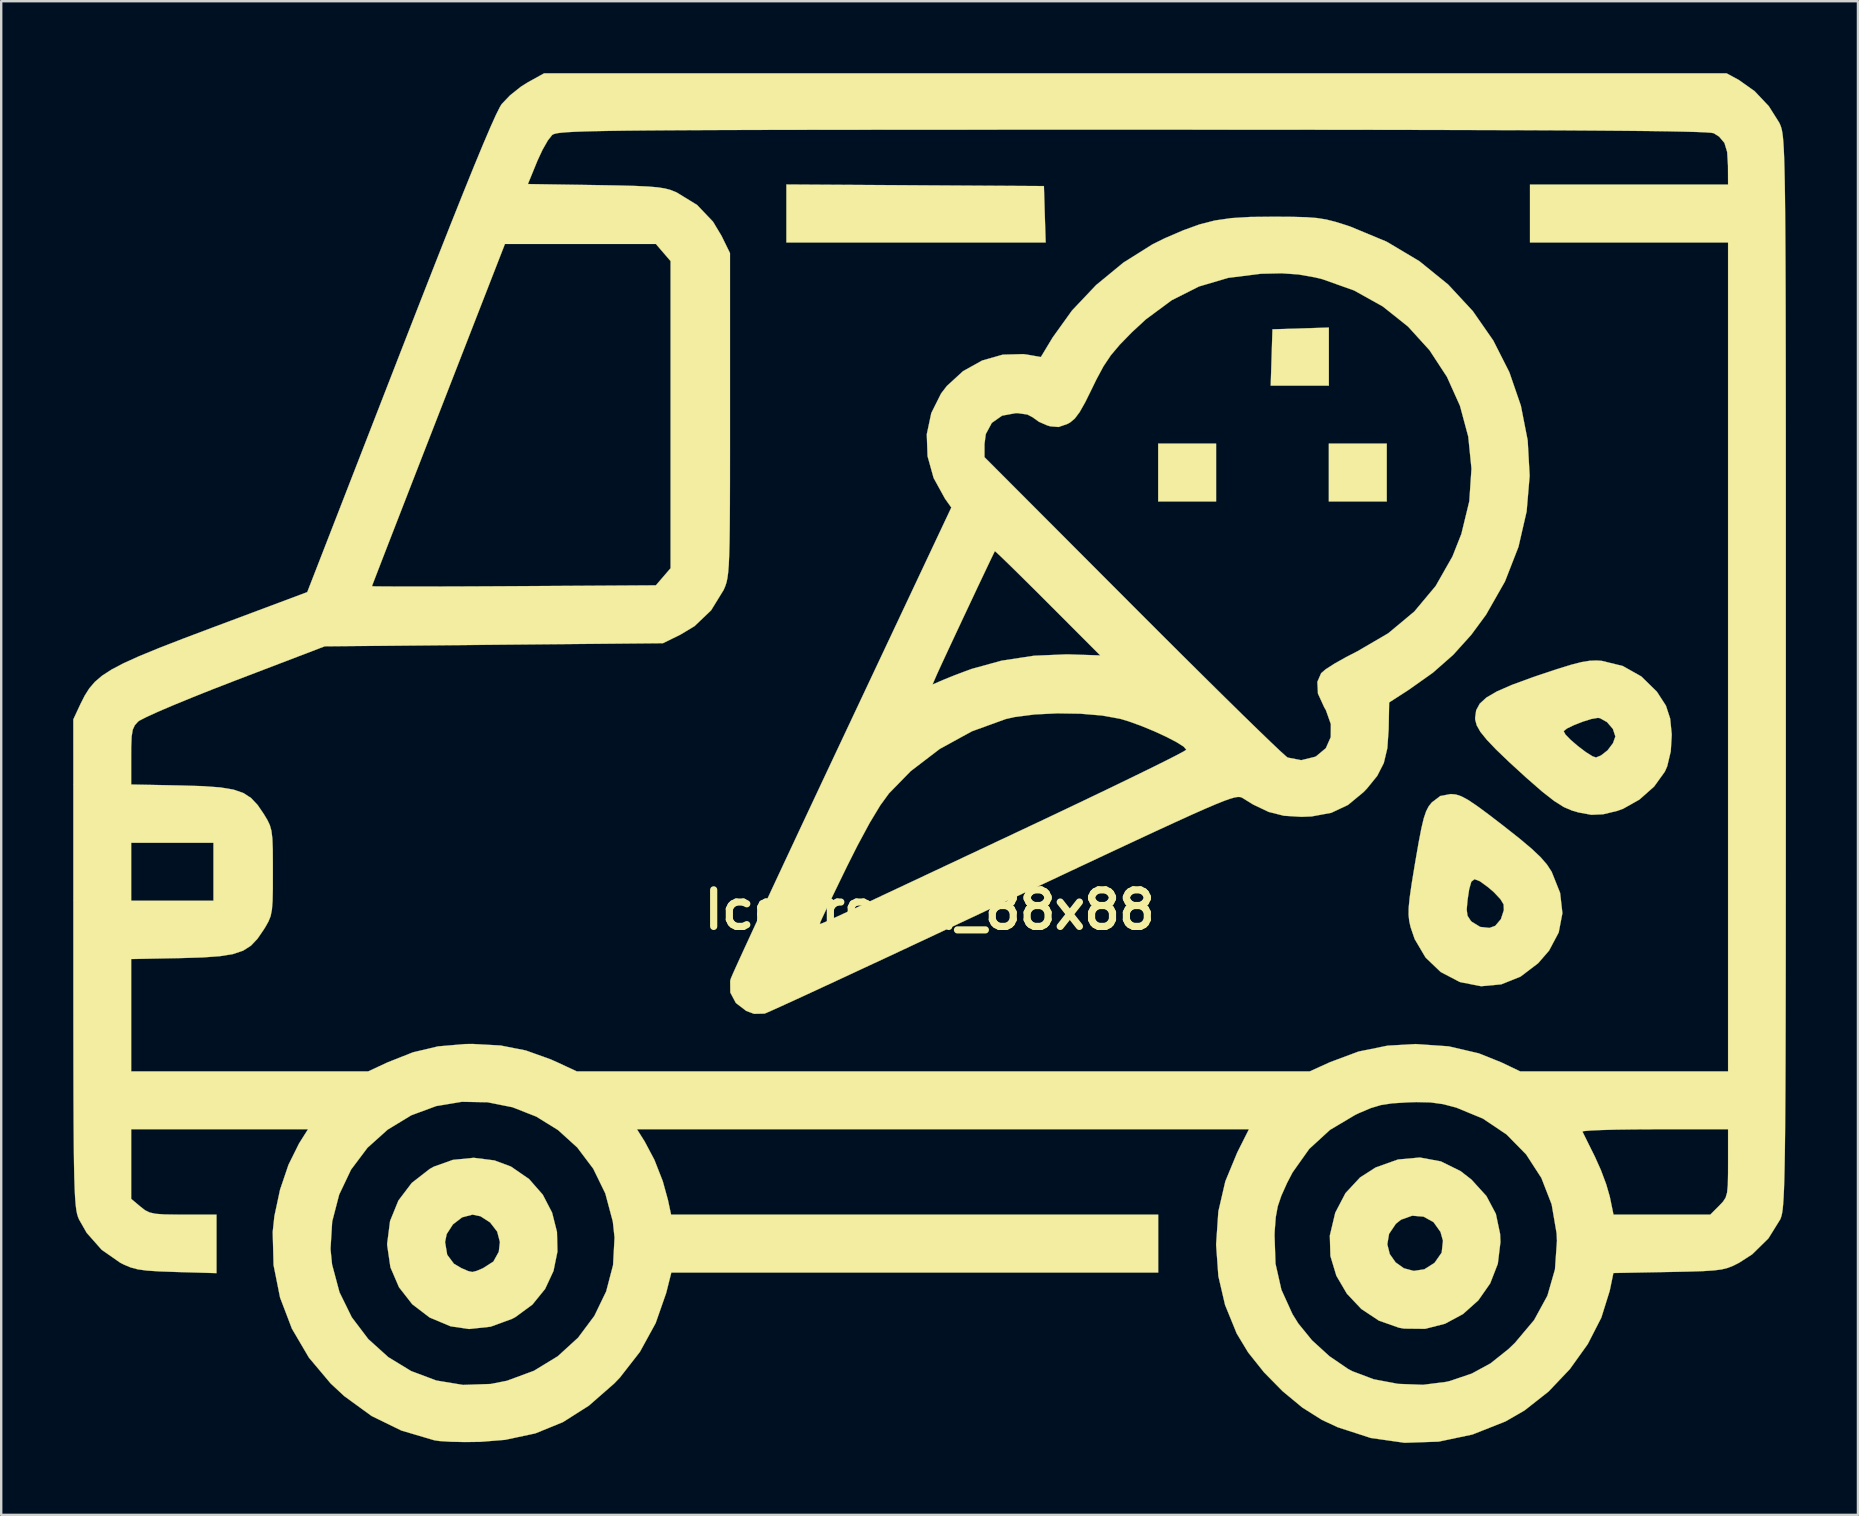
<source format=kicad_pcb>
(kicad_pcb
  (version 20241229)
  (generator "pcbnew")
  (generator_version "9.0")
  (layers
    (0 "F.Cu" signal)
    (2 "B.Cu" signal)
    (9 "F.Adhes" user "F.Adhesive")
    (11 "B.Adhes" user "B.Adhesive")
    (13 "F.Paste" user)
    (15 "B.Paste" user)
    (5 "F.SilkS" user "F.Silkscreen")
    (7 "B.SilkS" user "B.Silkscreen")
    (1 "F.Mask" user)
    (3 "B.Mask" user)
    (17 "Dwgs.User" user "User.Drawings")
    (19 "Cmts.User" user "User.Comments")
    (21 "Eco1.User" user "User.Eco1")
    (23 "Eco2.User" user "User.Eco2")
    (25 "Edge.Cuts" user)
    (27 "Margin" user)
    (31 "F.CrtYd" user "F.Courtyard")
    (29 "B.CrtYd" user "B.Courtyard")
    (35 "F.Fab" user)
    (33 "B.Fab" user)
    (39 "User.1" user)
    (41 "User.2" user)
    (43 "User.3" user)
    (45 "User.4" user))
  (footprint "IceCream_88x88"
    (layer "F.Cu")
    (at 35.69 34.867)
    (property "Reference" "IceCream_88x88" (at 0 0 0) (layer "F.SilkS") (effects (font (size 1.524 1.524) (thickness 0.3))))
    (attr through_hole)
    (fp_poly (pts (xy 11.938 -17.018) (xy 9.525 -17.018) (xy 9.525 -19.431) (xy 11.938 -19.431) (xy 11.938 -17.018)) (stroke (width 0.01) (type solid)) (fill yes) (layer "F.SilkS"))
    (fp_poly (pts (xy 16.637 -21.844) (xy 14.214 -21.844) (xy 14.287 -24.194) (xy 16.637 -24.267) (xy 16.637 -21.844)) (stroke (width 0.01) (type solid)) (fill yes) (layer "F.SilkS"))
    (fp_poly (pts (xy 19.05 -17.018) (xy 16.637 -17.018) (xy 16.637 -19.431) (xy 19.05 -19.431) (xy 19.05 -17.018)) (stroke (width 0.01) (type solid)) (fill yes) (layer "F.SilkS"))
    (fp_poly (pts (xy -0.603 -30.196) (xy 4.763 -30.163) (xy 4.799 -28.988) (xy 4.836 -27.813) (xy -5.969 -27.813) (xy -5.969 -30.229) (xy -0.603 -30.196)) (stroke (width 0.01) (type solid)) (fill yes) (layer "F.SilkS"))
    (fp_poly (pts (xy 21.306 10.482) (xy 22.128 10.888) (xy 22.577 11.237) (xy 23.204 11.926) (xy 23.597 12.668) (xy 23.774 13.506) (xy 23.788 13.843) (xy 23.679 14.746) (xy 23.361 15.565) (xy 22.866 16.273) (xy 22.228 16.843) (xy 21.478 17.247) (xy 20.649 17.459) (xy 19.773 17.45) (xy 19.558 17.412) (xy 18.723 17.118) (xy 17.99 16.632) (xy 17.388 15.994) (xy 16.949 15.245) (xy 16.702 14.426) (xy 16.688 13.937) (xy 19.073 13.937) (xy 19.176 14.345) (xy 19.419 14.69) (xy 19.764 14.936) (xy 20.175 15.045) (xy 20.615 14.979) (xy 21.04 14.711) (xy 21.339 14.283) (xy 21.393 13.791) (xy 21.29 13.421) (xy 20.999 13.013) (xy 20.584 12.784) (xy 20.111 12.745) (xy 19.648 12.909) (xy 19.431 13.081) (xy 19.146 13.503) (xy 19.073 13.937) (xy 16.688 13.937) (xy 16.678 13.577) (xy 16.679 13.568) (xy 16.904 12.62) (xy 17.329 11.806) (xy 17.939 11.15) (xy 18.587 10.735) (xy 19.517 10.403) (xy 20.43 10.32) (xy 21.306 10.482)) (stroke (width 0.01) (type solid)) (fill yes) (layer "F.SilkS"))
    (fp_poly (pts (xy -18.134 10.441) (xy -17.445 10.698) (xy -16.691 11.218) (xy -16.12 11.87) (xy -15.733 12.616) (xy -15.529 13.42) (xy -15.51 14.242) (xy -15.674 15.047) (xy -16.023 15.796) (xy -16.556 16.452) (xy -17.274 16.977) (xy -17.403 17.044) (xy -18.294 17.37) (xy -19.193 17.467) (xy -19.964 17.354) (xy -20.836 16.988) (xy -21.56 16.435) (xy -22.113 15.726) (xy -22.47 14.895) (xy -22.605 13.974) (xy -22.606 13.91) (xy -22.597 13.842) (xy -20.193 13.842) (xy -20.104 14.372) (xy -19.825 14.746) (xy -19.516 14.928) (xy -19.23 15.052) (xy -19.058 15.091) (xy -18.878 15.045) (xy -18.612 14.933) (xy -18.179 14.655) (xy -17.954 14.249) (xy -17.907 13.842) (xy -18.021 13.408) (xy -18.316 13.026) (xy -18.717 12.768) (xy -19.05 12.7) (xy -19.484 12.814) (xy -19.866 13.108) (xy -20.125 13.509) (xy -20.193 13.842) (xy -22.597 13.842) (xy -22.485 12.967) (xy -22.137 12.112) (xy -21.58 11.378) (xy -20.833 10.797) (xy -20.655 10.698) (xy -19.866 10.418) (xy -18.997 10.332) (xy -18.134 10.441)) (stroke (width 0.01) (type solid)) (fill yes) (layer "F.SilkS"))
    (fp_poly (pts (xy 21.934 -4.807) (xy 22.156 -4.734) (xy 22.432 -4.587) (xy 22.798 -4.342) (xy 23.291 -3.979) (xy 23.898 -3.513) (xy 24.585 -2.971) (xy 25.096 -2.541) (xy 25.465 -2.191) (xy 25.726 -1.889) (xy 25.912 -1.604) (xy 25.927 -1.576) (xy 26.274 -0.707) (xy 26.37 0.136) (xy 26.216 0.941) (xy 25.813 1.7) (xy 25.357 2.225) (xy 24.624 2.782) (xy 23.824 3.103) (xy 22.983 3.182) (xy 22.125 3.014) (xy 22.083 3) (xy 21.298 2.59) (xy 20.668 1.988) (xy 20.213 1.217) (xy 20.044 0.721) (xy 19.987 0.468) (xy 19.96 0.209) (xy 19.963 -0.011) (xy 22.381 -0.011) (xy 22.417 0.248) (xy 22.545 0.445) (xy 22.596 0.498) (xy 22.944 0.71) (xy 23.33 0.752) (xy 23.571 0.665) (xy 23.807 0.386) (xy 23.93 0.01) (xy 23.92 -0.227) (xy 23.785 -0.449) (xy 23.51 -0.741) (xy 23.267 -0.949) (xy 22.927 -1.196) (xy 22.709 -1.279) (xy 22.574 -1.175) (xy 22.485 -0.86) (xy 22.419 -0.423) (xy 22.381 -0.011) (xy 19.963 -0.011) (xy 19.965 -0.103) (xy 20.006 -0.515) (xy 20.086 -1.074) (xy 20.209 -1.826) (xy 20.24 -2.01) (xy 20.379 -2.809) (xy 20.493 -3.399) (xy 20.593 -3.819) (xy 20.692 -4.111) (xy 20.799 -4.317) (xy 20.927 -4.477) (xy 21.282 -4.746) (xy 21.714 -4.826) (xy 21.731 -4.826) (xy 21.934 -4.807)) (stroke (width 0.01) (type solid)) (fill yes) (layer "F.SilkS"))
    (fp_poly (pts (xy 28.009 -10.377) (xy 28.881 -10.164) (xy 29.659 -9.727) (xy 30.308 -9.091) (xy 30.685 -8.509) (xy 30.861 -7.97) (xy 30.927 -7.303) (xy 30.886 -6.608) (xy 30.738 -5.985) (xy 30.639 -5.76) (xy 30.192 -5.139) (xy 29.581 -4.598) (xy 28.895 -4.211) (xy 28.653 -4.125) (xy 28.069 -3.984) (xy 27.576 -3.962) (xy 27.043 -4.06) (xy 26.773 -4.138) (xy 26.43 -4.284) (xy 26.027 -4.538) (xy 25.529 -4.927) (xy 24.899 -5.477) (xy 24.868 -5.504) (xy 24.148 -6.163) (xy 23.603 -6.686) (xy 23.211 -7.098) (xy 22.95 -7.423) (xy 22.937 -7.447) (xy 26.422 -7.447) (xy 26.496 -7.308) (xy 26.717 -7.082) (xy 27.021 -6.821) (xy 27.344 -6.577) (xy 27.62 -6.403) (xy 27.769 -6.35) (xy 27.977 -6.434) (xy 28.239 -6.638) (xy 28.263 -6.662) (xy 28.478 -6.948) (xy 28.575 -7.219) (xy 28.575 -7.233) (xy 28.474 -7.54) (xy 28.23 -7.824) (xy 27.936 -7.989) (xy 27.845 -8.001) (xy 27.585 -7.957) (xy 27.229 -7.847) (xy 26.861 -7.704) (xy 26.564 -7.561) (xy 26.424 -7.451) (xy 26.422 -7.447) (xy 22.937 -7.447) (xy 22.8 -7.688) (xy 22.738 -7.917) (xy 22.733 -8.003) (xy 22.776 -8.317) (xy 22.924 -8.592) (xy 23.203 -8.848) (xy 23.64 -9.103) (xy 24.262 -9.375) (xy 25.097 -9.681) (xy 25.39 -9.782) (xy 26.157 -10.037) (xy 26.734 -10.215) (xy 27.168 -10.326) (xy 27.506 -10.381) (xy 27.797 -10.392) (xy 28.009 -10.377)) (stroke (width 0.01) (type solid)) (fill yes) (layer "F.SilkS"))
    (fp_poly (pts (xy 14.351 -28.886) (xy 15.118 -28.881) (xy 15.694 -28.865) (xy 16.142 -28.831) (xy 16.526 -28.77) (xy 16.908 -28.674) (xy 17.352 -28.535) (xy 17.526 -28.477) (xy 19.047 -27.845) (xy 20.409 -27.033) (xy 21.608 -26.061) (xy 22.637 -24.952) (xy 23.489 -23.727) (xy 24.159 -22.406) (xy 24.639 -21.012) (xy 24.923 -19.566) (xy 25.005 -18.089) (xy 24.879 -16.602) (xy 24.539 -15.128) (xy 23.977 -13.686) (xy 23.188 -12.3) (xy 22.573 -11.465) (xy 21.819 -10.628) (xy 20.975 -9.886) (xy 19.963 -9.169) (xy 19.95 -9.161) (xy 19.15 -8.644) (xy 19.129 -7.529) (xy 19.075 -6.741) (xy 18.927 -6.119) (xy 18.652 -5.582) (xy 18.219 -5.049) (xy 18.078 -4.904) (xy 17.436 -4.373) (xy 16.738 -4.045) (xy 15.919 -3.894) (xy 15.494 -3.877) (xy 14.766 -3.922) (xy 14.127 -4.083) (xy 13.479 -4.392) (xy 13.074 -4.642) (xy 13.013 -4.679) (xy 12.942 -4.702) (xy 12.846 -4.706) (xy 12.711 -4.685) (xy 12.522 -4.631) (xy 12.263 -4.539) (xy 11.92 -4.401) (xy 11.477 -4.212) (xy 10.92 -3.965) (xy 10.234 -3.653) (xy 9.403 -3.27) (xy 8.413 -2.809) (xy 7.248 -2.264) (xy 5.895 -1.629) (xy 4.337 -0.896) (xy 3.104 -0.316) (xy 1.628 0.378) (xy 0.213 1.042) (xy -1.123 1.668) (xy -2.364 2.247) (xy -3.491 2.772) (xy -4.487 3.234) (xy -5.334 3.626) (xy -6.015 3.938) (xy -6.512 4.164) (xy -6.807 4.294) (xy -6.881 4.323) (xy -7.317 4.332) (xy -7.642 4.211) (xy -8.075 3.88) (xy -8.306 3.446) (xy -8.311 2.958) (xy -8.287 2.871) (xy -8.215 2.698) (xy -8.042 2.312) (xy -7.777 1.733) (xy -7.428 0.977) (xy -7.241 0.572) (xy -4.575 0.572) (xy -4.573 0.583) (xy -4.551 0.582) (xy -4.494 0.564) (xy -4.386 0.52) (xy -4.212 0.443) (xy -3.957 0.328) (xy -3.605 0.165) (xy -3.14 -0.051) (xy -2.547 -0.328) (xy -1.812 -0.673) (xy -0.918 -1.093) (xy 0.15 -1.595) (xy 1.407 -2.186) (xy 2.869 -2.874) (xy 3.917 -3.367) (xy 5.142 -3.945) (xy 6.296 -4.494) (xy 7.359 -5.003) (xy 8.31 -5.463) (xy 9.13 -5.863) (xy 9.799 -6.194) (xy 10.296 -6.447) (xy 10.601 -6.611) (xy 10.696 -6.675) (xy 10.588 -6.801) (xy 10.293 -6.988) (xy 9.863 -7.212) (xy 9.35 -7.448) (xy 8.806 -7.672) (xy 8.284 -7.86) (xy 7.938 -7.963) (xy 7.185 -8.099) (xy 6.283 -8.175) (xy 5.318 -8.19) (xy 4.379 -8.144) (xy 3.551 -8.038) (xy 3.175 -7.954) (xy 1.759 -7.44) (xy 0.422 -6.707) (xy -0.787 -5.783) (xy -1.694 -4.854) (xy -2.058 -4.354) (xy -2.499 -3.623) (xy -3.011 -2.672) (xy -3.441 -1.817) (xy -3.783 -1.114) (xy -4.084 -0.491) (xy -4.327 0.017) (xy -4.494 0.375) (xy -4.569 0.548) (xy -4.572 0.558) (xy -4.575 0.572) (xy -7.241 0.572) (xy -7.004 0.062) (xy -6.513 -0.994) (xy -5.962 -2.173) (xy -5.361 -3.457) (xy -4.717 -4.83) (xy -4.039 -6.272) (xy -3.628 -7.145) (xy -2.57 -9.392) (xy 0.121 -9.392) (xy 0.6 -9.598) (xy 1.007 -9.763) (xy 1.505 -9.951) (xy 1.764 -10.045) (xy 2.999 -10.385) (xy 4.35 -10.591) (xy 5.704 -10.648) (xy 5.845 -10.645) (xy 7.11 -10.604) (xy 4.926 -12.791) (xy 4.321 -13.395) (xy 3.778 -13.933) (xy 3.322 -14.381) (xy 2.978 -14.714) (xy 2.771 -14.909) (xy 2.719 -14.95) (xy 2.658 -14.829) (xy 2.509 -14.519) (xy 2.29 -14.058) (xy 2.02 -13.489) (xy 1.719 -12.849) (xy 1.404 -12.18) (xy 1.096 -11.522) (xy 0.812 -10.915) (xy 0.572 -10.399) (xy 0.395 -10.015) (xy 0.301 -9.808) (xy 0.121 -9.392) (xy -2.57 -9.392) (xy 0.904 -16.767) (xy 0.641 -17.137) (xy 0.167 -17.997) (xy -0.086 -18.905) (xy -0.104 -19.412) (xy 2.286 -19.412) (xy 2.286 -18.866) (xy 8.477 -12.661) (xy 9.52 -11.617) (xy 10.515 -10.626) (xy 11.447 -9.702) (xy 12.3 -8.859) (xy 13.06 -8.113) (xy 13.712 -7.479) (xy 14.239 -6.971) (xy 14.627 -6.604) (xy 14.861 -6.393) (xy 14.922 -6.347) (xy 15.487 -6.238) (xy 16.056 -6.377) (xy 16.111 -6.404) (xy 16.511 -6.738) (xy 16.716 -7.199) (xy 16.72 -7.742) (xy 16.514 -8.323) (xy 16.443 -8.445) (xy 16.183 -9.013) (xy 16.158 -9.502) (xy 16.315 -9.862) (xy 16.501 -10.023) (xy 16.863 -10.256) (xy 17.347 -10.529) (xy 17.824 -10.774) (xy 19.113 -11.527) (xy 20.199 -12.433) (xy 21.089 -13.497) (xy 21.788 -14.727) (xy 22.159 -15.665) (xy 22.49 -17.027) (xy 22.581 -18.387) (xy 22.447 -19.721) (xy 22.102 -21.004) (xy 21.559 -22.212) (xy 20.833 -23.322) (xy 19.937 -24.308) (xy 18.885 -25.146) (xy 17.691 -25.812) (xy 16.368 -26.283) (xy 16.05 -26.36) (xy 15.368 -26.48) (xy 14.674 -26.528) (xy 13.855 -26.51) (xy 13.791 -26.507) (xy 12.442 -26.338) (xy 11.221 -25.977) (xy 10.089 -25.406) (xy 9.01 -24.608) (xy 8.429 -24.071) (xy 7.924 -23.553) (xy 7.551 -23.111) (xy 7.246 -22.655) (xy 6.947 -22.098) (xy 6.778 -21.75) (xy 6.482 -21.151) (xy 6.25 -20.741) (xy 6.051 -20.476) (xy 5.852 -20.31) (xy 5.742 -20.25) (xy 5.375 -20.123) (xy 5.029 -20.151) (xy 4.895 -20.191) (xy 4.559 -20.338) (xy 4.324 -20.505) (xy 4.313 -20.517) (xy 4.076 -20.642) (xy 3.674 -20.7) (xy 3.594 -20.701) (xy 3.019 -20.595) (xy 2.592 -20.295) (xy 2.341 -19.829) (xy 2.286 -19.412) (xy -0.104 -19.412) (xy -0.118 -19.821) (xy 0.07 -20.706) (xy 0.478 -21.519) (xy 0.716 -21.83) (xy 1.394 -22.451) (xy 2.189 -22.893) (xy 3.046 -23.137) (xy 3.908 -23.16) (xy 4.086 -23.135) (xy 4.636 -23.039) (xy 5.127 -23.853) (xy 5.935 -24.979) (xy 6.937 -26.037) (xy 8.075 -26.973) (xy 9.287 -27.735) (xy 9.799 -27.988) (xy 10.577 -28.323) (xy 11.251 -28.566) (xy 11.893 -28.73) (xy 12.574 -28.828) (xy 13.365 -28.876) (xy 14.337 -28.886) (xy 14.351 -28.886)) (stroke (width 0.01) (type solid)) (fill yes) (layer "F.SilkS"))
    (fp_poly (pts (xy 33.718 -34.587) (xy 34.381 -34.117) (xy 34.971 -33.493) (xy 35.403 -32.81) (xy 35.423 -32.766) (xy 35.456 -32.692) (xy 35.485 -32.611) (xy 35.512 -32.512) (xy 35.536 -32.384) (xy 35.558 -32.215) (xy 35.577 -31.994) (xy 35.595 -31.71) (xy 35.61 -31.351) (xy 35.623 -30.906) (xy 35.635 -30.364) (xy 35.645 -29.712) (xy 35.653 -28.941) (xy 35.66 -28.038) (xy 35.666 -26.992) (xy 35.671 -25.792) (xy 35.674 -24.427) (xy 35.677 -22.884) (xy 35.679 -21.153) (xy 35.68 -19.223) (xy 35.681 -17.081) (xy 35.681 -14.717) (xy 35.681 -12.12) (xy 35.681 -9.906) (xy 35.681 -7.113) (xy 35.681 -4.563) (xy 35.68 -2.244) (xy 35.679 -0.145) (xy 35.678 1.745) (xy 35.675 3.438) (xy 35.672 4.944) (xy 35.668 6.276) (xy 35.663 7.444) (xy 35.656 8.46) (xy 35.649 9.335) (xy 35.64 10.081) (xy 35.629 10.708) (xy 35.617 11.228) (xy 35.603 11.653) (xy 35.587 11.994) (xy 35.569 12.261) (xy 35.55 12.467) (xy 35.528 12.622) (xy 35.503 12.738) (xy 35.476 12.827) (xy 35.447 12.899) (xy 35.447 12.899) (xy 34.956 13.689) (xy 34.279 14.354) (xy 33.73 14.708) (xy 33.488 14.83) (xy 33.262 14.919) (xy 33.008 14.983) (xy 32.68 15.025) (xy 32.234 15.054) (xy 31.625 15.073) (xy 30.808 15.09) (xy 30.789 15.09) (xy 28.495 15.133) (xy 28.341 15.877) (xy 27.992 16.993) (xy 27.427 18.095) (xy 26.682 19.136) (xy 25.793 20.072) (xy 24.798 20.856) (xy 24.001 21.317) (xy 22.621 21.863) (xy 21.212 22.16) (xy 19.793 22.208) (xy 18.382 22.007) (xy 16.997 21.557) (xy 16.345 21.252) (xy 15.534 20.741) (xy 14.709 20.058) (xy 13.934 19.27) (xy 13.272 18.44) (xy 12.797 17.653) (xy 12.312 16.464) (xy 12.033 15.266) (xy 11.94 13.969) (xy 11.94 13.932) (xy 11.966 13.545) (xy 14.373 13.545) (xy 14.414 14.746) (xy 14.659 15.829) (xy 15.121 16.846) (xy 15.366 17.24) (xy 15.937 17.94) (xy 16.659 18.599) (xy 17.434 19.128) (xy 17.619 19.227) (xy 18.508 19.562) (xy 19.52 19.753) (xy 20.561 19.792) (xy 21.538 19.668) (xy 21.684 19.632) (xy 22.593 19.324) (xy 23.376 18.898) (xy 24.121 18.304) (xy 24.394 18.042) (xy 25.191 17.094) (xy 25.745 16.079) (xy 26.06 14.983) (xy 26.143 13.793) (xy 26.128 13.476) (xy 25.922 12.273) (xy 25.493 11.17) (xy 24.859 10.191) (xy 24.041 9.358) (xy 23.863 9.239) (xy 27.204 9.239) (xy 27.279 9.39) (xy 27.437 9.709) (xy 27.649 10.135) (xy 27.724 10.286) (xy 27.975 10.846) (xy 28.195 11.434) (xy 28.339 11.93) (xy 28.348 11.969) (xy 28.499 12.7) (xy 32.532 12.7) (xy 32.903 12.329) (xy 33.065 12.157) (xy 33.171 11.994) (xy 33.233 11.781) (xy 33.264 11.463) (xy 33.273 10.985) (xy 33.274 10.551) (xy 33.274 9.144) (xy 30.215 9.144) (xy 29.368 9.148) (xy 28.614 9.158) (xy 27.988 9.175) (xy 27.524 9.196) (xy 27.256 9.22) (xy 27.204 9.239) (xy 23.863 9.239) (xy 23.057 8.698) (xy 21.946 8.239) (xy 21.399 8.096) (xy 20.88 8.024) (xy 20.279 8.01) (xy 19.895 8.023) (xy 19.278 8.062) (xy 18.809 8.133) (xy 18.381 8.261) (xy 17.886 8.472) (xy 17.74 8.541) (xy 16.685 9.168) (xy 15.819 9.962) (xy 15.126 10.939) (xy 14.891 11.39) (xy 14.655 11.918) (xy 14.508 12.353) (xy 14.425 12.802) (xy 14.381 13.371) (xy 14.373 13.545) (xy 11.966 13.545) (xy 12.032 12.569) (xy 12.323 11.312) (xy 12.819 10.113) (xy 13.306 9.144) (xy -12.195 9.144) (xy -11.874 9.653) (xy -11.468 10.419) (xy -11.121 11.305) (xy -10.906 12.083) (xy -10.774 12.7) (xy 9.525 12.7) (xy 9.525 15.113) (xy -10.764 15.113) (xy -10.979 15.968) (xy -11.417 17.222) (xy -12.073 18.419) (xy -12.91 19.494) (xy -13.15 19.742) (xy -14.202 20.662) (xy -15.281 21.347) (xy -16.43 21.816) (xy -17.691 22.085) (xy -18.733 22.169) (xy -19.362 22.177) (xy -19.952 22.165) (xy -20.423 22.135) (xy -20.639 22.104) (xy -22.015 21.697) (xy -23.255 21.091) (xy -24.393 20.264) (xy -24.959 19.738) (xy -25.867 18.658) (xy -26.575 17.453) (xy -27.069 16.156) (xy -27.34 14.802) (xy -27.357 14.134) (xy -24.967 14.134) (xy -24.902 14.778) (xy -24.592 15.937) (xy -24.08 16.979) (xy -23.393 17.886) (xy -22.559 18.639) (xy -21.605 19.22) (xy -20.557 19.613) (xy -19.443 19.797) (xy -18.29 19.757) (xy -17.614 19.623) (xy -16.49 19.208) (xy -15.495 18.601) (xy -14.649 17.828) (xy -13.971 16.919) (xy -13.479 15.901) (xy -13.192 14.804) (xy -13.13 13.655) (xy -13.202 12.988) (xy -13.515 11.817) (xy -14.018 10.786) (xy -14.683 9.903) (xy -15.484 9.176) (xy -16.393 8.614) (xy -17.382 8.225) (xy -18.425 8.017) (xy -19.494 7.998) (xy -20.562 8.176) (xy -21.601 8.56) (xy -22.585 9.158) (xy -23.425 9.912) (xy -24.11 10.823) (xy -24.606 11.866) (xy -24.897 12.988) (xy -24.967 14.134) (xy -27.357 14.134) (xy -27.376 13.425) (xy -27.305 12.761) (xy -27.069 11.658) (xy -26.718 10.622) (xy -26.28 9.739) (xy -26.236 9.668) (xy -25.905 9.144) (xy -33.274 9.144) (xy -33.274 12.042) (xy -32.883 12.371) (xy -32.695 12.517) (xy -32.504 12.611) (xy -32.253 12.666) (xy -31.883 12.692) (xy -31.337 12.7) (xy -31.105 12.7) (xy -29.718 12.7) (xy -29.718 15.138) (xy -31.401 15.09) (xy -32.108 15.065) (xy -32.619 15.032) (xy -32.994 14.981) (xy -33.29 14.903) (xy -33.567 14.787) (xy -33.73 14.704) (xy -34.5 14.168) (xy -35.127 13.46) (xy -35.447 12.899) (xy -35.49 12.794) (xy -35.527 12.67) (xy -35.559 12.508) (xy -35.586 12.293) (xy -35.609 12.005) (xy -35.628 11.629) (xy -35.644 11.147) (xy -35.656 10.542) (xy -35.665 9.797) (xy -35.672 8.893) (xy -35.677 7.815) (xy -35.68 6.545) (xy -35.682 5.066) (xy -35.683 3.36) (xy -35.683 2.223) (xy -35.684 -2.794) (xy -33.274 -2.794) (xy -33.274 -0.381) (xy -29.845 -0.381) (xy -29.845 -2.794) (xy -33.274 -2.794) (xy -35.684 -2.794) (xy -35.684 -6.4) (xy -33.274 -6.4) (xy -33.274 -5.224) (xy -31.21 -5.184) (xy -30.278 -5.156) (xy -29.558 -5.103) (xy -29.011 -5.012) (xy -28.597 -4.869) (xy -28.274 -4.659) (xy -28.003 -4.37) (xy -27.75 -3.999) (xy -27.599 -3.749) (xy -27.495 -3.531) (xy -27.428 -3.291) (xy -27.39 -2.977) (xy -27.373 -2.538) (xy -27.369 -1.919) (xy -27.369 -1.587) (xy -27.37 -0.876) (xy -27.381 -0.367) (xy -27.409 -0.006) (xy -27.462 0.259) (xy -27.55 0.48) (xy -27.679 0.71) (xy -27.75 0.824) (xy -28.01 1.204) (xy -28.282 1.491) (xy -28.607 1.699) (xy -29.025 1.84) (xy -29.576 1.93) (xy -30.301 1.982) (xy -31.21 2.009) (xy -33.274 2.049) (xy -33.274 6.731) (xy -23.397 6.731) (xy -22.589 6.355) (xy -21.53 5.936) (xy -20.487 5.689) (xy -19.354 5.592) (xy -19.05 5.588) (xy -17.878 5.652) (xy -16.824 5.86) (xy -15.779 6.235) (xy -15.511 6.355) (xy -14.703 6.731) (xy 15.84 6.731) (xy 16.684 6.348) (xy 17.874 5.904) (xy 19.08 5.659) (xy 20.256 5.592) (xy 21.631 5.687) (xy 22.885 5.979) (xy 23.819 6.353) (xy 24.611 6.731) (xy 33.274 6.731) (xy 33.274 -27.813) (xy 25.019 -27.813) (xy 25.019 -30.226) (xy 33.274 -30.226) (xy 33.27 -31.02) (xy 33.236 -31.583) (xy 33.122 -31.962) (xy 32.9 -32.224) (xy 32.679 -32.364) (xy 32.578 -32.383) (xy 32.345 -32.401) (xy 31.972 -32.417) (xy 31.45 -32.431) (xy 30.774 -32.445) (xy 29.934 -32.457) (xy 28.923 -32.467) (xy 27.733 -32.476) (xy 26.357 -32.485) (xy 24.787 -32.492) (xy 23.015 -32.497) (xy 21.034 -32.502) (xy 18.835 -32.506) (xy 16.412 -32.509) (xy 13.756 -32.511) (xy 10.859 -32.512) (xy 8.468 -32.512) (xy 5.567 -32.512) (xy 2.91 -32.512) (xy 0.485 -32.511) (xy -1.719 -32.51) (xy -3.711 -32.508) (xy -5.503 -32.506) (xy -7.106 -32.503) (xy -8.529 -32.499) (xy -9.785 -32.494) (xy -10.884 -32.488) (xy -11.836 -32.481) (xy -12.652 -32.473) (xy -13.344 -32.463) (xy -13.921 -32.452) (xy -14.395 -32.44) (xy -14.776 -32.426) (xy -15.075 -32.41) (xy -15.303 -32.392) (xy -15.47 -32.373) (xy -15.588 -32.351) (xy -15.666 -32.327) (xy -15.717 -32.301) (xy -15.732 -32.29) (xy -15.909 -32.066) (xy -16.128 -31.682) (xy -16.346 -31.215) (xy -16.369 -31.157) (xy -16.741 -30.247) (xy -13.927 -30.204) (xy -12.992 -30.188) (xy -12.274 -30.169) (xy -11.733 -30.144) (xy -11.331 -30.11) (xy -11.031 -30.063) (xy -10.793 -29.999) (xy -10.581 -29.915) (xy -10.535 -29.894) (xy -9.69 -29.375) (xy -9.028 -28.681) (xy -8.673 -28.09) (xy -8.319 -27.369) (xy -8.319 -20.637) (xy -8.319 -19.157) (xy -8.32 -17.909) (xy -8.323 -16.871) (xy -8.329 -16.022) (xy -8.338 -15.338) (xy -8.352 -14.799) (xy -8.37 -14.383) (xy -8.395 -14.067) (xy -8.426 -13.829) (xy -8.464 -13.649) (xy -8.511 -13.503) (xy -8.567 -13.37) (xy -8.586 -13.329) (xy -9.106 -12.483) (xy -9.8 -11.822) (xy -10.391 -11.467) (xy -11.113 -11.113) (xy -18.161 -11.048) (xy -25.209 -10.983) (xy -28.952 -9.552) (xy -29.885 -9.19) (xy -30.752 -8.844) (xy -31.521 -8.528) (xy -32.16 -8.255) (xy -32.639 -8.037) (xy -32.925 -7.889) (xy -32.984 -7.848) (xy -33.122 -7.694) (xy -33.208 -7.508) (xy -33.254 -7.229) (xy -33.272 -6.797) (xy -33.274 -6.4) (xy -35.684 -6.4) (xy -35.685 -7.938) (xy -35.387 -8.577) (xy -35.211 -8.926) (xy -35.02 -9.229) (xy -34.786 -9.502) (xy -34.487 -9.758) (xy -34.096 -10.012) (xy -33.59 -10.278) (xy -32.943 -10.571) (xy -32.13 -10.905) (xy -31.128 -11.295) (xy -29.921 -11.75) (xy -25.936 -13.242) (xy -25.84 -13.489) (xy -23.239 -13.489) (xy -23.117 -13.482) (xy -22.765 -13.478) (xy -22.209 -13.475) (xy -21.474 -13.474) (xy -20.585 -13.475) (xy -19.566 -13.478) (xy -18.442 -13.483) (xy -17.324 -13.489) (xy -11.408 -13.525) (xy -11.101 -13.882) (xy -10.795 -14.238) (xy -10.795 -27.037) (xy -11.101 -27.393) (xy -11.408 -27.75) (xy -17.698 -27.75) (xy -20.467 -20.637) (xy -20.963 -19.363) (xy -21.431 -18.161) (xy -21.862 -17.051) (xy -22.249 -16.054) (xy -22.584 -15.192) (xy -22.858 -14.483) (xy -23.064 -13.949) (xy -23.194 -13.611) (xy -23.239 -13.489) (xy -23.239 -13.489) (xy -25.84 -13.489) (xy -22.085 -23.148) (xy -21.298 -25.166) (xy -20.598 -26.952) (xy -19.982 -28.512) (xy -19.447 -29.852) (xy -18.991 -30.978) (xy -18.611 -31.896) (xy -18.305 -32.612) (xy -18.071 -33.132) (xy -17.906 -33.461) (xy -17.833 -33.58) (xy -17.486 -33.943) (xy -17.032 -34.305) (xy -16.749 -34.483) (xy -16.066 -34.861) (xy 33.211 -34.861) (xy 33.718 -34.587)) (stroke (width 0.01) (type solid)) (fill yes) (layer "F.SilkS")))
  (gr_rect
    (start -3 -3)
    (end 74.376 60.08)
    (stroke (width 0.1) (type default))
    (fill no)
    (layer "Edge.Cuts")))
</source>
